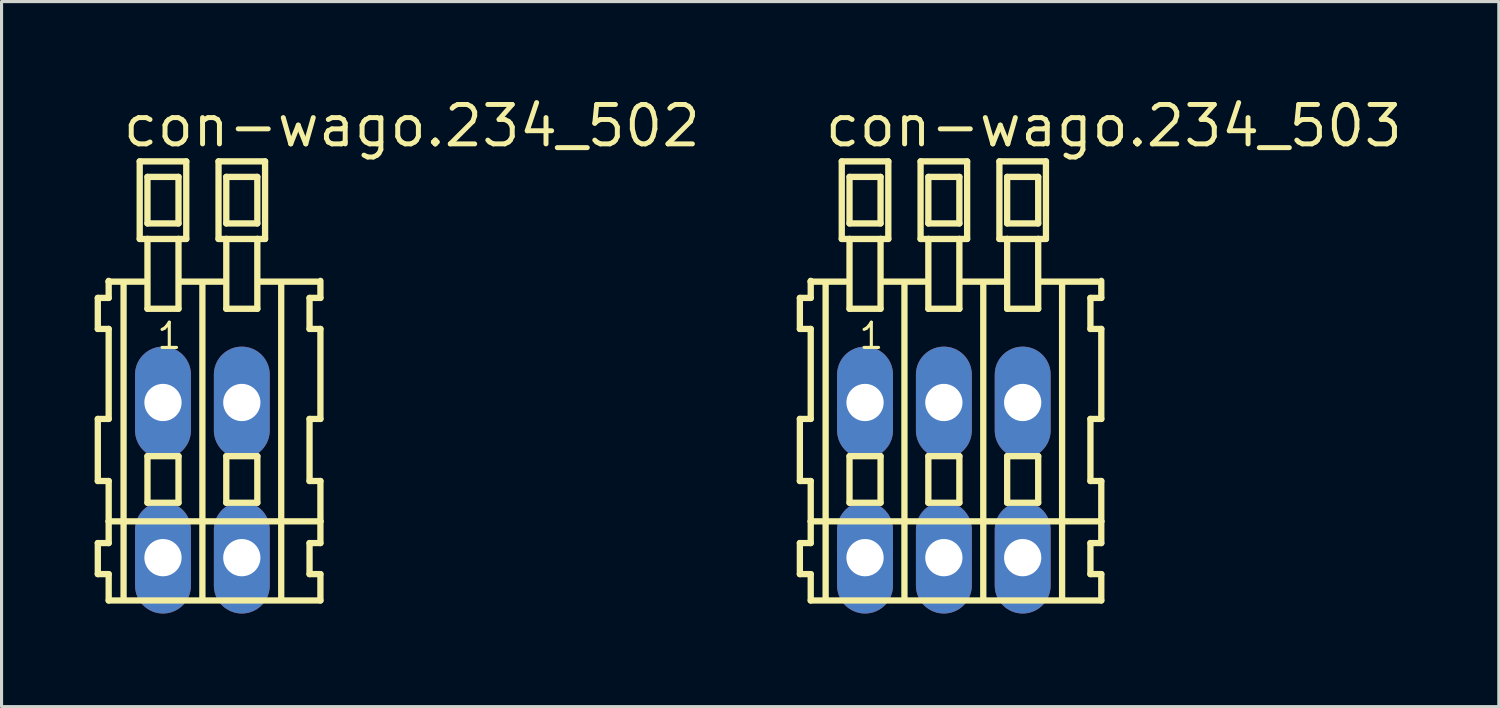
<source format=kicad_pcb>
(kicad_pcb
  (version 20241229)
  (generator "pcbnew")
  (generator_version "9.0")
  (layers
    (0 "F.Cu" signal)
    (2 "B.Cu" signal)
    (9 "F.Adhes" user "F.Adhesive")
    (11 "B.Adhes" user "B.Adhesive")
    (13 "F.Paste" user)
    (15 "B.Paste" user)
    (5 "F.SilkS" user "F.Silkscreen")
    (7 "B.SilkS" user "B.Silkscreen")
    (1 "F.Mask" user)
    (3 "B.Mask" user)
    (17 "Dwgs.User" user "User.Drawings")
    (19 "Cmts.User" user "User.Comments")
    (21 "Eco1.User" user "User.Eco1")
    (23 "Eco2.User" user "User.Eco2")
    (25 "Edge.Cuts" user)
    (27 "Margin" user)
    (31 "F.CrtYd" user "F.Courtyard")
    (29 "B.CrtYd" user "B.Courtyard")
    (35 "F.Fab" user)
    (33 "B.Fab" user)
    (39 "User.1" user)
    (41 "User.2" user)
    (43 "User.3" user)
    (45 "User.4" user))
  (footprint "con-wago.234_503"
    (layer "F.Cu")
    (at 27.365 12.42)
    (property "Reference" "con-wago.234_503" (at -3.91 -10.67 0) (layer "F.SilkS") (effects (font (size 1.27 1.27) (thickness 0.16)) (justify left bottom)))
    (attr through_hole)
    (fp_line (start -4.64 -5.87) (end -4.64 -4.87) (stroke (width 0.203) (type default)) (layer "F.SilkS"))
    (fp_line (start -4.64 -4.87) (end -4.29 -4.87) (stroke (width 0.203) (type default)) (layer "F.SilkS"))
    (fp_line (start -4.64 -1.97) (end -4.64 0.03) (stroke (width 0.203) (type default)) (layer "F.SilkS"))
    (fp_line (start -4.64 0.03) (end -4.29 0.03) (stroke (width 0.203) (type default)) (layer "F.SilkS"))
    (fp_line (start -4.64 2.03) (end -4.64 3.03) (stroke (width 0.203) (type default)) (layer "F.SilkS"))
    (fp_line (start -4.64 3.03) (end -4.29 3.03) (stroke (width 0.203) (type default)) (layer "F.SilkS"))
    (fp_line (start -4.29 -6.42) (end -4.29 -6.395) (stroke (width 0.203) (type default)) (layer "F.SilkS"))
    (fp_line (start -4.29 -6.395) (end -4.29 -5.87) (stroke (width 0.203) (type default)) (layer "F.SilkS"))
    (fp_line (start -4.29 -6.395) (end -3.165 -6.395) (stroke (width 0.203) (type default)) (layer "F.SilkS"))
    (fp_line (start -4.29 -5.87) (end -4.64 -5.87) (stroke (width 0.203) (type default)) (layer "F.SilkS"))
    (fp_line (start -4.29 -4.87) (end -4.29 -1.97) (stroke (width 0.203) (type default)) (layer "F.SilkS"))
    (fp_line (start -4.29 -1.97) (end -4.64 -1.97) (stroke (width 0.203) (type default)) (layer "F.SilkS"))
    (fp_line (start -4.29 0.03) (end -4.29 1.33) (stroke (width 0.203) (type default)) (layer "F.SilkS"))
    (fp_line (start -4.29 1.33) (end -4.29 2.03) (stroke (width 0.203) (type default)) (layer "F.SilkS"))
    (fp_line (start -4.29 1.33) (end 5.073 1.33) (stroke (width 0.203) (type default)) (layer "F.SilkS"))
    (fp_line (start -4.29 2.03) (end -4.64 2.03) (stroke (width 0.203) (type default)) (layer "F.SilkS"))
    (fp_line (start -4.29 3.03) (end -4.29 3.88) (stroke (width 0.203) (type default)) (layer "F.SilkS"))
    (fp_line (start -4.29 3.88) (end 5.073 3.88) (stroke (width 0.203) (type default)) (layer "F.SilkS"))
    (fp_line (start -3.81 3.83) (end -3.81 -6.33) (stroke (width 0.203) (type default)) (layer "F.SilkS"))
    (fp_line (start -3.29 -10.27) (end -3.29 -7.77) (stroke (width 0.203) (type default)) (layer "F.SilkS"))
    (fp_line (start -3.29 -7.77) (end -3.04 -7.77) (stroke (width 0.203) (type default)) (layer "F.SilkS"))
    (fp_line (start -3.04 -9.77) (end -3.04 -8.27) (stroke (width 0.203) (type default)) (layer "F.SilkS"))
    (fp_line (start -3.04 -8.27) (end -2.04 -8.27) (stroke (width 0.203) (type default)) (layer "F.SilkS"))
    (fp_line (start -3.04 -7.77) (end -3.04 -5.52) (stroke (width 0.203) (type default)) (layer "F.SilkS"))
    (fp_line (start -3.04 -7.77) (end -2.04 -7.77) (stroke (width 0.203) (type default)) (layer "F.SilkS"))
    (fp_line (start -3.04 -5.52) (end -2.04 -5.52) (stroke (width 0.203) (type default)) (layer "F.SilkS"))
    (fp_line (start -3.04 -0.77) (end -3.04 0.73) (stroke (width 0.203) (type default)) (layer "F.SilkS"))
    (fp_line (start -3.04 0.73) (end -2.04 0.73) (stroke (width 0.203) (type default)) (layer "F.SilkS"))
    (fp_line (start -2.04 -9.77) (end -3.04 -9.77) (stroke (width 0.203) (type default)) (layer "F.SilkS"))
    (fp_line (start -2.04 -8.27) (end -2.04 -9.77) (stroke (width 0.203) (type default)) (layer "F.SilkS"))
    (fp_line (start -2.04 -7.77) (end -1.79 -7.77) (stroke (width 0.203) (type default)) (layer "F.SilkS"))
    (fp_line (start -2.04 -5.52) (end -2.04 -7.77) (stroke (width 0.203) (type default)) (layer "F.SilkS"))
    (fp_line (start -2.04 -0.77) (end -3.04 -0.77) (stroke (width 0.203) (type default)) (layer "F.SilkS"))
    (fp_line (start -2.04 0.73) (end -2.04 -0.77) (stroke (width 0.203) (type default)) (layer "F.SilkS"))
    (fp_line (start -2.004 -6.395) (end -0.625 -6.395) (stroke (width 0.203) (type default)) (layer "F.SilkS"))
    (fp_line (start -1.79 -10.27) (end -3.29 -10.27) (stroke (width 0.203) (type default)) (layer "F.SilkS"))
    (fp_line (start -1.79 -7.77) (end -1.79 -10.27) (stroke (width 0.203) (type default)) (layer "F.SilkS"))
    (fp_line (start -1.27 3.83) (end -1.27 -6.33) (stroke (width 0.203) (type default)) (layer "F.SilkS"))
    (fp_line (start -0.75 -10.27) (end -0.75 -7.77) (stroke (width 0.203) (type default)) (layer "F.SilkS"))
    (fp_line (start -0.75 -7.77) (end -0.5 -7.77) (stroke (width 0.203) (type default)) (layer "F.SilkS"))
    (fp_line (start -0.5 -9.77) (end -0.5 -8.27) (stroke (width 0.203) (type default)) (layer "F.SilkS"))
    (fp_line (start -0.5 -8.27) (end 0.5 -8.27) (stroke (width 0.203) (type default)) (layer "F.SilkS"))
    (fp_line (start -0.5 -7.77) (end -0.5 -5.52) (stroke (width 0.203) (type default)) (layer "F.SilkS"))
    (fp_line (start -0.5 -7.77) (end 0.5 -7.77) (stroke (width 0.203) (type default)) (layer "F.SilkS"))
    (fp_line (start -0.5 -5.52) (end 0.5 -5.52) (stroke (width 0.203) (type default)) (layer "F.SilkS"))
    (fp_line (start -0.5 -0.77) (end -0.5 0.73) (stroke (width 0.203) (type default)) (layer "F.SilkS"))
    (fp_line (start -0.5 0.73) (end 0.5 0.73) (stroke (width 0.203) (type default)) (layer "F.SilkS"))
    (fp_line (start 0.5 -9.77) (end -0.5 -9.77) (stroke (width 0.203) (type default)) (layer "F.SilkS"))
    (fp_line (start 0.5 -8.27) (end 0.5 -9.77) (stroke (width 0.203) (type default)) (layer "F.SilkS"))
    (fp_line (start 0.5 -7.77) (end 0.75 -7.77) (stroke (width 0.203) (type default)) (layer "F.SilkS"))
    (fp_line (start 0.5 -5.52) (end 0.5 -7.77) (stroke (width 0.203) (type default)) (layer "F.SilkS"))
    (fp_line (start 0.5 -0.77) (end -0.5 -0.77) (stroke (width 0.203) (type default)) (layer "F.SilkS"))
    (fp_line (start 0.5 0.73) (end 0.5 -0.77) (stroke (width 0.203) (type default)) (layer "F.SilkS"))
    (fp_line (start 0.536 -6.395) (end 1.915 -6.395) (stroke (width 0.203) (type default)) (layer "F.SilkS"))
    (fp_line (start 0.75 -10.27) (end -0.75 -10.27) (stroke (width 0.203) (type default)) (layer "F.SilkS"))
    (fp_line (start 0.75 -7.77) (end 0.75 -10.27) (stroke (width 0.203) (type default)) (layer "F.SilkS"))
    (fp_line (start 1.27 3.83) (end 1.27 -6.33) (stroke (width 0.203) (type default)) (layer "F.SilkS"))
    (fp_line (start 1.79 -10.27) (end 1.79 -7.77) (stroke (width 0.203) (type default)) (layer "F.SilkS"))
    (fp_line (start 1.79 -7.77) (end 2.04 -7.77) (stroke (width 0.203) (type default)) (layer "F.SilkS"))
    (fp_line (start 2.04 -9.77) (end 2.04 -8.27) (stroke (width 0.203) (type default)) (layer "F.SilkS"))
    (fp_line (start 2.04 -8.27) (end 3.04 -8.27) (stroke (width 0.203) (type default)) (layer "F.SilkS"))
    (fp_line (start 2.04 -7.77) (end 2.04 -5.52) (stroke (width 0.203) (type default)) (layer "F.SilkS"))
    (fp_line (start 2.04 -7.77) (end 3.04 -7.77) (stroke (width 0.203) (type default)) (layer "F.SilkS"))
    (fp_line (start 2.04 -5.52) (end 3.04 -5.52) (stroke (width 0.203) (type default)) (layer "F.SilkS"))
    (fp_line (start 2.04 -0.77) (end 2.04 0.73) (stroke (width 0.203) (type default)) (layer "F.SilkS"))
    (fp_line (start 2.04 0.73) (end 3.04 0.73) (stroke (width 0.203) (type default)) (layer "F.SilkS"))
    (fp_line (start 3.04 -9.77) (end 2.04 -9.77) (stroke (width 0.203) (type default)) (layer "F.SilkS"))
    (fp_line (start 3.04 -8.27) (end 3.04 -9.77) (stroke (width 0.203) (type default)) (layer "F.SilkS"))
    (fp_line (start 3.04 -7.77) (end 3.29 -7.77) (stroke (width 0.203) (type default)) (layer "F.SilkS"))
    (fp_line (start 3.04 -5.52) (end 3.04 -7.77) (stroke (width 0.203) (type default)) (layer "F.SilkS"))
    (fp_line (start 3.04 -0.77) (end 2.04 -0.77) (stroke (width 0.203) (type default)) (layer "F.SilkS"))
    (fp_line (start 3.04 0.73) (end 3.04 -0.77) (stroke (width 0.203) (type default)) (layer "F.SilkS"))
    (fp_line (start 3.076 -6.395) (end 4.963 -6.395) (stroke (width 0.203) (type default)) (layer "F.SilkS"))
    (fp_line (start 3.29 -10.27) (end 1.79 -10.27) (stroke (width 0.203) (type default)) (layer "F.SilkS"))
    (fp_line (start 3.29 -7.77) (end 3.29 -10.27) (stroke (width 0.203) (type default)) (layer "F.SilkS"))
    (fp_line (start 3.81 3.83) (end 3.81 -6.33) (stroke (width 0.203) (type default)) (layer "F.SilkS"))
    (fp_line (start 4.723 -5.87) (end 4.723 -4.87) (stroke (width 0.203) (type default)) (layer "F.SilkS"))
    (fp_line (start 4.723 -4.87) (end 5.073 -4.87) (stroke (width 0.203) (type default)) (layer "F.SilkS"))
    (fp_line (start 4.723 -1.97) (end 4.723 0.03) (stroke (width 0.203) (type default)) (layer "F.SilkS"))
    (fp_line (start 4.723 0.03) (end 5.073 0.03) (stroke (width 0.203) (type default)) (layer "F.SilkS"))
    (fp_line (start 4.723 2.03) (end 4.723 3.03) (stroke (width 0.203) (type default)) (layer "F.SilkS"))
    (fp_line (start 4.723 3.03) (end 5.073 3.03) (stroke (width 0.203) (type default)) (layer "F.SilkS"))
    (fp_line (start 5.073 -5.87) (end 4.723 -5.87) (stroke (width 0.203) (type default)) (layer "F.SilkS"))
    (fp_line (start 5.073 -5.87) (end 5.073 -6.42) (stroke (width 0.203) (type default)) (layer "F.SilkS"))
    (fp_line (start 5.073 -1.97) (end 4.723 -1.97) (stroke (width 0.203) (type default)) (layer "F.SilkS"))
    (fp_line (start 5.073 -1.97) (end 5.073 -4.87) (stroke (width 0.203) (type default)) (layer "F.SilkS"))
    (fp_line (start 5.073 1.33) (end 5.073 0.03) (stroke (width 0.203) (type default)) (layer "F.SilkS"))
    (fp_line (start 5.073 2.03) (end 4.723 2.03) (stroke (width 0.203) (type default)) (layer "F.SilkS"))
    (fp_line (start 5.073 2.03) (end 5.073 1.33) (stroke (width 0.203) (type default)) (layer "F.SilkS"))
    (fp_line (start 5.073 3.88) (end 5.073 3.03) (stroke (width 0.203) (type default)) (layer "F.SilkS"))
    (fp_text user "1" (at -2.79 -4.17 0) (layer "F.SilkS") (effects (font (size 0.813 0.813) (thickness 0.1)) (justify left bottom)))
    (pad "A1" thru_hole oval (at -2.54 -2.5 90) (size 3.6 1.8) (drill 1.2) (layers "*.Cu" "*.Mask"))
    (pad "A2" thru_hole oval (at 0 -2.5 90) (size 3.6 1.8) (drill 1.2) (layers "*.Cu" "*.Mask"))
    (pad "A3" thru_hole oval (at 2.54 -2.5 90) (size 3.6 1.8) (drill 1.2) (layers "*.Cu" "*.Mask"))
    (pad "B1" thru_hole oval (at -2.54 2.5 90) (size 3.6 1.8) (drill 1.2) (layers "*.Cu" "*.Mask"))
    (pad "B2" thru_hole oval (at 0 2.5 90) (size 3.6 1.8) (drill 1.2) (layers "*.Cu" "*.Mask"))
    (pad "B3" thru_hole oval (at 2.54 2.5 90) (size 3.6 1.8) (drill 1.2) (layers "*.Cu" "*.Mask")))
  (footprint "con-wago.234_502"
    (layer "F.Cu")
    (at 3.472 12.42)
    (property "Reference" "con-wago.234_502" (at -2.64 -10.67 0) (layer "F.SilkS") (effects (font (size 1.27 1.27) (thickness 0.16)) (justify left bottom)))
    (attr through_hole)
    (fp_line (start -3.37 -5.87) (end -3.37 -4.87) (stroke (width 0.203) (type default)) (layer "F.SilkS"))
    (fp_line (start -3.37 -4.87) (end -3.02 -4.87) (stroke (width 0.203) (type default)) (layer "F.SilkS"))
    (fp_line (start -3.37 -1.97) (end -3.37 0.03) (stroke (width 0.203) (type default)) (layer "F.SilkS"))
    (fp_line (start -3.37 0.03) (end -3.02 0.03) (stroke (width 0.203) (type default)) (layer "F.SilkS"))
    (fp_line (start -3.37 2.03) (end -3.37 3.03) (stroke (width 0.203) (type default)) (layer "F.SilkS"))
    (fp_line (start -3.37 3.03) (end -3.02 3.03) (stroke (width 0.203) (type default)) (layer "F.SilkS"))
    (fp_line (start -3.02 -6.42) (end -3.02 -6.395) (stroke (width 0.203) (type default)) (layer "F.SilkS"))
    (fp_line (start -3.02 -6.395) (end -3.02 -5.87) (stroke (width 0.203) (type default)) (layer "F.SilkS"))
    (fp_line (start -3.02 -6.395) (end -1.895 -6.395) (stroke (width 0.203) (type default)) (layer "F.SilkS"))
    (fp_line (start -3.02 -5.87) (end -3.37 -5.87) (stroke (width 0.203) (type default)) (layer "F.SilkS"))
    (fp_line (start -3.02 -4.87) (end -3.02 -1.97) (stroke (width 0.203) (type default)) (layer "F.SilkS"))
    (fp_line (start -3.02 -1.97) (end -3.37 -1.97) (stroke (width 0.203) (type default)) (layer "F.SilkS"))
    (fp_line (start -3.02 0.03) (end -3.02 1.33) (stroke (width 0.203) (type default)) (layer "F.SilkS"))
    (fp_line (start -3.02 1.33) (end -3.02 2.03) (stroke (width 0.203) (type default)) (layer "F.SilkS"))
    (fp_line (start -3.02 1.33) (end 3.803 1.33) (stroke (width 0.203) (type default)) (layer "F.SilkS"))
    (fp_line (start -3.02 2.03) (end -3.37 2.03) (stroke (width 0.203) (type default)) (layer "F.SilkS"))
    (fp_line (start -3.02 3.03) (end -3.02 3.88) (stroke (width 0.203) (type default)) (layer "F.SilkS"))
    (fp_line (start -3.02 3.88) (end 3.803 3.88) (stroke (width 0.203) (type default)) (layer "F.SilkS"))
    (fp_line (start -2.54 3.83) (end -2.54 -6.33) (stroke (width 0.203) (type default)) (layer "F.SilkS"))
    (fp_line (start -2.02 -10.27) (end -2.02 -7.77) (stroke (width 0.203) (type default)) (layer "F.SilkS"))
    (fp_line (start -2.02 -7.77) (end -1.77 -7.77) (stroke (width 0.203) (type default)) (layer "F.SilkS"))
    (fp_line (start -1.77 -9.77) (end -1.77 -8.27) (stroke (width 0.203) (type default)) (layer "F.SilkS"))
    (fp_line (start -1.77 -8.27) (end -0.77 -8.27) (stroke (width 0.203) (type default)) (layer "F.SilkS"))
    (fp_line (start -1.77 -7.77) (end -1.77 -5.52) (stroke (width 0.203) (type default)) (layer "F.SilkS"))
    (fp_line (start -1.77 -7.77) (end -0.77 -7.77) (stroke (width 0.203) (type default)) (layer "F.SilkS"))
    (fp_line (start -1.77 -5.52) (end -0.77 -5.52) (stroke (width 0.203) (type default)) (layer "F.SilkS"))
    (fp_line (start -1.77 -0.77) (end -1.77 0.73) (stroke (width 0.203) (type default)) (layer "F.SilkS"))
    (fp_line (start -1.77 0.73) (end -0.77 0.73) (stroke (width 0.203) (type default)) (layer "F.SilkS"))
    (fp_line (start -0.77 -9.77) (end -1.77 -9.77) (stroke (width 0.203) (type default)) (layer "F.SilkS"))
    (fp_line (start -0.77 -8.27) (end -0.77 -9.77) (stroke (width 0.203) (type default)) (layer "F.SilkS"))
    (fp_line (start -0.77 -7.77) (end -0.52 -7.77) (stroke (width 0.203) (type default)) (layer "F.SilkS"))
    (fp_line (start -0.77 -5.52) (end -0.77 -7.77) (stroke (width 0.203) (type default)) (layer "F.SilkS"))
    (fp_line (start -0.77 -0.77) (end -1.77 -0.77) (stroke (width 0.203) (type default)) (layer "F.SilkS"))
    (fp_line (start -0.77 0.73) (end -0.77 -0.77) (stroke (width 0.203) (type default)) (layer "F.SilkS"))
    (fp_line (start -0.734 -6.395) (end 0.645 -6.395) (stroke (width 0.203) (type default)) (layer "F.SilkS"))
    (fp_line (start -0.52 -10.27) (end -2.02 -10.27) (stroke (width 0.203) (type default)) (layer "F.SilkS"))
    (fp_line (start -0.52 -7.77) (end -0.52 -10.27) (stroke (width 0.203) (type default)) (layer "F.SilkS"))
    (fp_line (start 0 3.83) (end 0 -6.33) (stroke (width 0.203) (type default)) (layer "F.SilkS"))
    (fp_line (start 0.52 -10.27) (end 0.52 -7.77) (stroke (width 0.203) (type default)) (layer "F.SilkS"))
    (fp_line (start 0.52 -7.77) (end 0.77 -7.77) (stroke (width 0.203) (type default)) (layer "F.SilkS"))
    (fp_line (start 0.77 -9.77) (end 0.77 -8.27) (stroke (width 0.203) (type default)) (layer "F.SilkS"))
    (fp_line (start 0.77 -8.27) (end 1.77 -8.27) (stroke (width 0.203) (type default)) (layer "F.SilkS"))
    (fp_line (start 0.77 -7.77) (end 0.77 -5.52) (stroke (width 0.203) (type default)) (layer "F.SilkS"))
    (fp_line (start 0.77 -7.77) (end 1.77 -7.77) (stroke (width 0.203) (type default)) (layer "F.SilkS"))
    (fp_line (start 0.77 -5.52) (end 1.77 -5.52) (stroke (width 0.203) (type default)) (layer "F.SilkS"))
    (fp_line (start 0.77 -0.77) (end 0.77 0.73) (stroke (width 0.203) (type default)) (layer "F.SilkS"))
    (fp_line (start 0.77 0.73) (end 1.77 0.73) (stroke (width 0.203) (type default)) (layer "F.SilkS"))
    (fp_line (start 1.77 -9.77) (end 0.77 -9.77) (stroke (width 0.203) (type default)) (layer "F.SilkS"))
    (fp_line (start 1.77 -8.27) (end 1.77 -9.77) (stroke (width 0.203) (type default)) (layer "F.SilkS"))
    (fp_line (start 1.77 -7.77) (end 2.02 -7.77) (stroke (width 0.203) (type default)) (layer "F.SilkS"))
    (fp_line (start 1.77 -5.52) (end 1.77 -7.77) (stroke (width 0.203) (type default)) (layer "F.SilkS"))
    (fp_line (start 1.77 -0.77) (end 0.77 -0.77) (stroke (width 0.203) (type default)) (layer "F.SilkS"))
    (fp_line (start 1.77 0.73) (end 1.77 -0.77) (stroke (width 0.203) (type default)) (layer "F.SilkS"))
    (fp_line (start 1.806 -6.395) (end 3.693 -6.395) (stroke (width 0.203) (type default)) (layer "F.SilkS"))
    (fp_line (start 2.02 -10.27) (end 0.52 -10.27) (stroke (width 0.203) (type default)) (layer "F.SilkS"))
    (fp_line (start 2.02 -7.77) (end 2.02 -10.27) (stroke (width 0.203) (type default)) (layer "F.SilkS"))
    (fp_line (start 2.54 3.83) (end 2.54 -6.33) (stroke (width 0.203) (type default)) (layer "F.SilkS"))
    (fp_line (start 3.453 -5.87) (end 3.453 -4.87) (stroke (width 0.203) (type default)) (layer "F.SilkS"))
    (fp_line (start 3.453 -4.87) (end 3.803 -4.87) (stroke (width 0.203) (type default)) (layer "F.SilkS"))
    (fp_line (start 3.453 -1.97) (end 3.453 0.03) (stroke (width 0.203) (type default)) (layer "F.SilkS"))
    (fp_line (start 3.453 0.03) (end 3.803 0.03) (stroke (width 0.203) (type default)) (layer "F.SilkS"))
    (fp_line (start 3.453 2.03) (end 3.453 3.03) (stroke (width 0.203) (type default)) (layer "F.SilkS"))
    (fp_line (start 3.453 3.03) (end 3.803 3.03) (stroke (width 0.203) (type default)) (layer "F.SilkS"))
    (fp_line (start 3.803 -5.87) (end 3.453 -5.87) (stroke (width 0.203) (type default)) (layer "F.SilkS"))
    (fp_line (start 3.803 -5.87) (end 3.803 -6.42) (stroke (width 0.203) (type default)) (layer "F.SilkS"))
    (fp_line (start 3.803 -1.97) (end 3.453 -1.97) (stroke (width 0.203) (type default)) (layer "F.SilkS"))
    (fp_line (start 3.803 -1.97) (end 3.803 -4.87) (stroke (width 0.203) (type default)) (layer "F.SilkS"))
    (fp_line (start 3.803 1.33) (end 3.803 0.03) (stroke (width 0.203) (type default)) (layer "F.SilkS"))
    (fp_line (start 3.803 2.03) (end 3.453 2.03) (stroke (width 0.203) (type default)) (layer "F.SilkS"))
    (fp_line (start 3.803 2.03) (end 3.803 1.33) (stroke (width 0.203) (type default)) (layer "F.SilkS"))
    (fp_line (start 3.803 3.88) (end 3.803 3.03) (stroke (width 0.203) (type default)) (layer "F.SilkS"))
    (fp_text user "1" (at -1.52 -4.17 0) (layer "F.SilkS") (effects (font (size 0.813 0.813) (thickness 0.1)) (justify left bottom)))
    (pad "A1" thru_hole oval (at -1.27 -2.5 90) (size 3.6 1.8) (drill 1.2) (layers "*.Cu" "*.Mask"))
    (pad "A2" thru_hole oval (at 1.27 -2.5 90) (size 3.6 1.8) (drill 1.2) (layers "*.Cu" "*.Mask"))
    (pad "B1" thru_hole oval (at -1.27 2.5 90) (size 3.6 1.8) (drill 1.2) (layers "*.Cu" "*.Mask"))
    (pad "B2" thru_hole oval (at 1.27 2.5 90) (size 3.6 1.8) (drill 1.2) (layers "*.Cu" "*.Mask")))
  (gr_rect
    (start -3 -3)
    (end 45.248 19.72)
    (stroke (width 0.1) (type default))
    (fill no)
    (layer "Edge.Cuts")))
</source>
